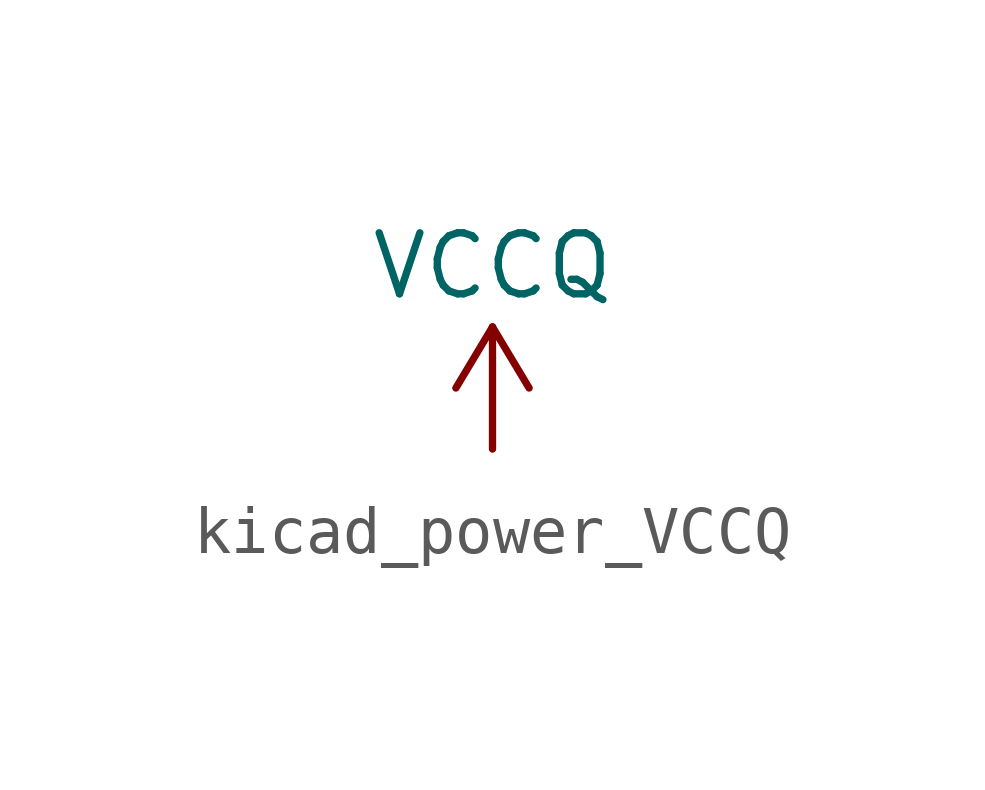
<source format=kicad_sym>
(kicad_symbol_lib
  (version 20220914)
  (generator kicad_symbol_editor)
  (symbol "kicad_power_VCCQ"
    (power)
    (pin_names
      (offset 0))
    (property "Reference" "#PWR"
      (at 0 -3.81 0)
      (effects (font (size 1.27 1.27)) hide))
    (property "Value" "VCCQ"
      (at 0 3.81 0)
      (effects (font (size 1.27 1.27))))
    (symbol "kicad_power_VCCQ_0_1"
      (polyline (pts (xy -0.762 1.27) (xy 0 2.54)) (stroke (width 0) (type default)) (fill (type none)))
      (polyline (pts (xy 0 0) (xy 0 2.54)) (stroke (width 0) (type default)) (fill (type none)))
      (polyline (pts (xy 0 2.54) (xy 0.762 1.27)) (stroke (width 0) (type default)) (fill (type none))))
    (symbol "kicad_power_VCCQ_1_1"
      (pin power_in line (at 0 0 90) (length 0) hide (name "VCCQ" (effects (font (size 1.27 1.27)))) (number "1" (effects (font (size 1.27 1.27))))))))
</source>
